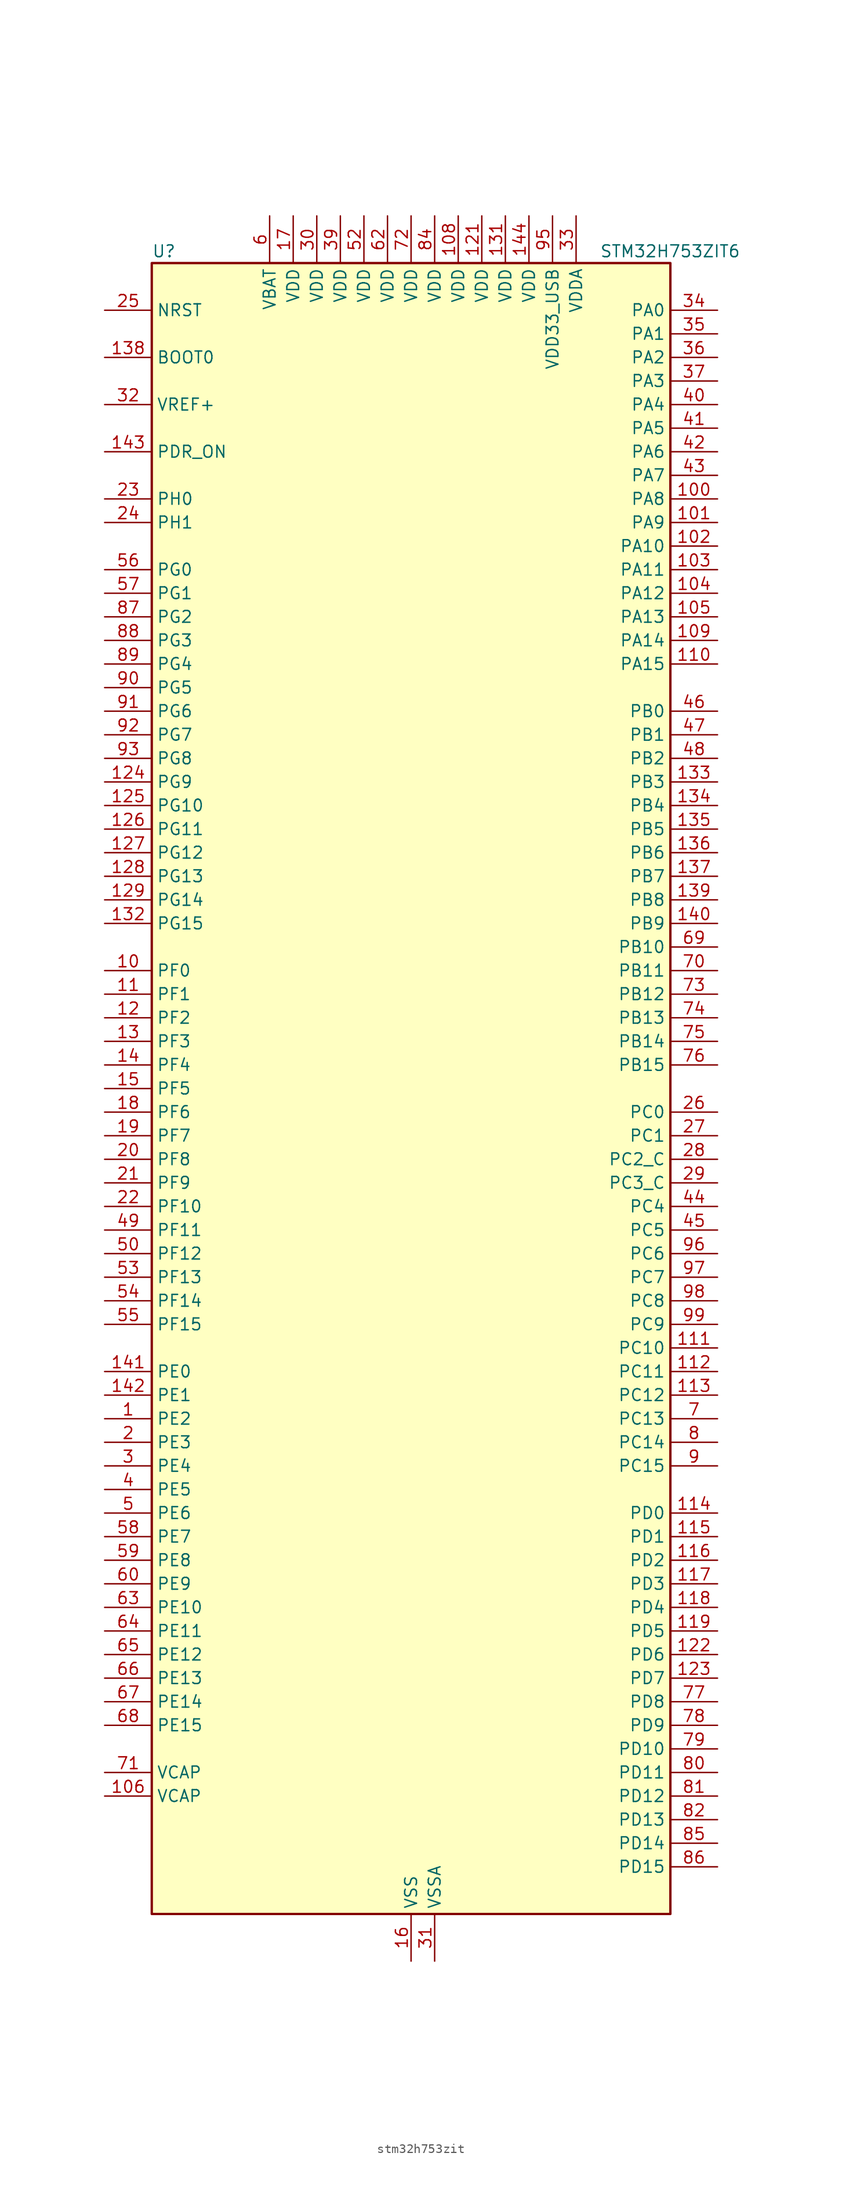
<source format=kicad_sym>
(kicad_symbol_lib
  (version 20241209)
  (generator "kicad_symbol_editor")
  (generator_version "9.0")
  (symbol "stm32h753zit"
    (property "Reference" "U"
      (at -27.94 90.17 0)
      (effects (font (size 1.27 1.27)) (justify left)))
    (property "Value" "STM32H753ZIT6"
      (at 20.32 90.17 0)
      (effects (font (size 1.27 1.27)) (justify left)))
    (symbol "stm32h753zit_0_1"
      (rectangle (start -27.94 -88.9) (end 27.94 88.9) (stroke (width 0.254) (type default)) (fill (type background))))
    (symbol "stm32h753zit_1_1"
      (pin input line (at -33.02 83.82 0) (length 5.08) (name "NRST" (effects (font (size 1.27 1.27)))) (number "25" (effects (font (size 1.27 1.27)))))
      (pin input line (at -33.02 78.74 0) (length 5.08) (name "BOOT0" (effects (font (size 1.27 1.27)))) (number "138" (effects (font (size 1.27 1.27)))))
      (pin input line (at -33.02 73.66 0) (length 5.08) (name "VREF+" (effects (font (size 1.27 1.27)))) (number "32" (effects (font (size 1.27 1.27)))) (alternate "VREFBUF_OUT" bidirectional line))
      (pin input line (at -33.02 68.58 0) (length 5.08) (name "PDR_ON" (effects (font (size 1.27 1.27)))) (number "143" (effects (font (size 1.27 1.27)))))
      (pin bidirectional line (at -33.02 63.5 0) (length 5.08) (name "PH0" (effects (font (size 1.27 1.27)))) (number "23" (effects (font (size 1.27 1.27)))) (alternate "RCC_OSC_IN" bidirectional line))
      (pin bidirectional line (at -33.02 60.96 0) (length 5.08) (name "PH1" (effects (font (size 1.27 1.27)))) (number "24" (effects (font (size 1.27 1.27)))) (alternate "RCC_OSC_OUT" bidirectional line))
      (pin bidirectional line (at -33.02 55.88 0) (length 5.08) (name "PG0" (effects (font (size 1.27 1.27)))) (number "56" (effects (font (size 1.27 1.27)))) (alternate "FMC_A10" bidirectional line))
      (pin bidirectional line (at -33.02 53.34 0) (length 5.08) (name "PG1" (effects (font (size 1.27 1.27)))) (number "57" (effects (font (size 1.27 1.27)))) (alternate "FMC_A11" bidirectional line) (alternate "OPAMP2_VINM" bidirectional line) (alternate "OPAMP2_VINM1" bidirectional line))
      (pin bidirectional line (at -33.02 50.8 0) (length 5.08) (name "PG2" (effects (font (size 1.27 1.27)))) (number "87" (effects (font (size 1.27 1.27)))) (alternate "FMC_A12" bidirectional line) (alternate "TIM8_BKIN" bidirectional line) (alternate "TIM8_BKIN_COMP1" bidirectional line) (alternate "TIM8_BKIN_COMP2" bidirectional line))
      (pin bidirectional line (at -33.02 48.26 0) (length 5.08) (name "PG3" (effects (font (size 1.27 1.27)))) (number "88" (effects (font (size 1.27 1.27)))) (alternate "FMC_A13" bidirectional line) (alternate "TIM8_BKIN2" bidirectional line) (alternate "TIM8_BKIN2_COMP1" bidirectional line) (alternate "TIM8_BKIN2_COMP2" bidirectional line))
      (pin bidirectional line (at -33.02 45.72 0) (length 5.08) (name "PG4" (effects (font (size 1.27 1.27)))) (number "89" (effects (font (size 1.27 1.27)))) (alternate "FMC_A14" bidirectional line) (alternate "FMC_BA0" bidirectional line) (alternate "TIM1_BKIN2" bidirectional line) (alternate "TIM1_BKIN2_COMP1" bidirectional line) (alternate "TIM1_BKIN2_COMP2" bidirectional line))
      (pin bidirectional line (at -33.02 43.18 0) (length 5.08) (name "PG5" (effects (font (size 1.27 1.27)))) (number "90" (effects (font (size 1.27 1.27)))) (alternate "FMC_A15" bidirectional line) (alternate "FMC_BA1" bidirectional line) (alternate "TIM1_ETR" bidirectional line))
      (pin bidirectional line (at -33.02 40.64 0) (length 5.08) (name "PG6" (effects (font (size 1.27 1.27)))) (number "91" (effects (font (size 1.27 1.27)))) (alternate "DCMI_D12" bidirectional line) (alternate "FMC_NE3" bidirectional line) (alternate "HRTIM_CHE1" bidirectional line) (alternate "LTDC_R7" bidirectional line) (alternate "QUADSPI_BK1_NCS" bidirectional line) (alternate "TIM17_BKIN" bidirectional line))
      (pin bidirectional line (at -33.02 38.1 0) (length 5.08) (name "PG7" (effects (font (size 1.27 1.27)))) (number "92" (effects (font (size 1.27 1.27)))) (alternate "DCMI_D13" bidirectional line) (alternate "FMC_INT" bidirectional line) (alternate "HRTIM_CHE2" bidirectional line) (alternate "LTDC_CLK" bidirectional line) (alternate "SAI1_MCLK_A" bidirectional line) (alternate "USART6_CK" bidirectional line))
      (pin bidirectional line (at -33.02 35.56 0) (length 5.08) (name "PG8" (effects (font (size 1.27 1.27)))) (number "93" (effects (font (size 1.27 1.27)))) (alternate "ETH_PPS_OUT" bidirectional line) (alternate "FMC_SDCLK" bidirectional line) (alternate "LTDC_G7" bidirectional line) (alternate "SPDIFRX1_IN2" bidirectional line) (alternate "SPI6_NSS" bidirectional line) (alternate "TIM8_ETR" bidirectional line) (alternate "USART6_DE" bidirectional line) (alternate "USART6_RTS" bidirectional line))
      (pin bidirectional line (at -33.02 33.02 0) (length 5.08) (name "PG9" (effects (font (size 1.27 1.27)))) (number "124" (effects (font (size 1.27 1.27)))) (alternate "DAC1_EXTI9" bidirectional line) (alternate "DCMI_VSYNC" bidirectional line) (alternate "FMC_NCE" bidirectional line) (alternate "FMC_NE2" bidirectional line) (alternate "I2S1_SDI" bidirectional line) (alternate "QUADSPI_BK2_IO2" bidirectional line) (alternate "SAI2_FS_B" bidirectional line) (alternate "SPDIFRX1_IN3" bidirectional line) (alternate "SPI1_MISO" bidirectional line) (alternate "USART6_RX" bidirectional line))
      (pin bidirectional line (at -33.02 30.48 0) (length 5.08) (name "PG10" (effects (font (size 1.27 1.27)))) (number "125" (effects (font (size 1.27 1.27)))) (alternate "DCMI_D2" bidirectional line) (alternate "FMC_NE3" bidirectional line) (alternate "HRTIM_FLT5" bidirectional line) (alternate "I2S1_WS" bidirectional line) (alternate "LTDC_B2" bidirectional line) (alternate "LTDC_G3" bidirectional line) (alternate "SAI2_SD_B" bidirectional line) (alternate "SPI1_NSS" bidirectional line))
      (pin bidirectional line (at -33.02 27.94 0) (length 5.08) (name "PG11" (effects (font (size 1.27 1.27)))) (number "126" (effects (font (size 1.27 1.27)))) (alternate "ADC1_EXTI11" bidirectional line) (alternate "ADC2_EXTI11" bidirectional line) (alternate "ADC3_EXTI11" bidirectional line) (alternate "DCMI_D3" bidirectional line) (alternate "ETH_TX_EN" bidirectional line) (alternate "HRTIM_EEV4" bidirectional line) (alternate "I2S1_CK" bidirectional line) (alternate "LPTIM1_IN2" bidirectional line) (alternate "LTDC_B3" bidirectional line) (alternate "SDMMC2_D2" bidirectional line) (alternate "SPDIFRX1_IN0" bidirectional line) (alternate "SPI1_SCK" bidirectional line))
      (pin bidirectional line (at -33.02 25.4 0) (length 5.08) (name "PG12" (effects (font (size 1.27 1.27)))) (number "127" (effects (font (size 1.27 1.27)))) (alternate "ETH_TXD1" bidirectional line) (alternate "FMC_NE4" bidirectional line) (alternate "HRTIM_EEV5" bidirectional line) (alternate "LPTIM1_IN1" bidirectional line) (alternate "LTDC_B1" bidirectional line) (alternate "LTDC_B4" bidirectional line) (alternate "SPDIFRX1_IN1" bidirectional line) (alternate "SPI6_MISO" bidirectional line) (alternate "USART6_DE" bidirectional line) (alternate "USART6_RTS" bidirectional line))
      (pin bidirectional line (at -33.02 22.86 0) (length 5.08) (name "PG13" (effects (font (size 1.27 1.27)))) (number "128" (effects (font (size 1.27 1.27)))) (alternate "DEBUG_TRACED0" bidirectional line) (alternate "ETH_TXD0" bidirectional line) (alternate "FMC_A24" bidirectional line) (alternate "HRTIM_EEV10" bidirectional line) (alternate "LPTIM1_OUT" bidirectional line) (alternate "LTDC_R0" bidirectional line) (alternate "SPI6_SCK" bidirectional line) (alternate "USART6_CTS" bidirectional line) (alternate "USART6_NSS" bidirectional line))
      (pin bidirectional line (at -33.02 20.32 0) (length 5.08) (name "PG14" (effects (font (size 1.27 1.27)))) (number "129" (effects (font (size 1.27 1.27)))) (alternate "DEBUG_TRACED1" bidirectional line) (alternate "ETH_TXD1" bidirectional line) (alternate "FMC_A25" bidirectional line) (alternate "LPTIM1_ETR" bidirectional line) (alternate "LTDC_B0" bidirectional line) (alternate "QUADSPI_BK2_IO3" bidirectional line) (alternate "SPI6_MOSI" bidirectional line) (alternate "USART6_TX" bidirectional line))
      (pin bidirectional line (at -33.02 17.78 0) (length 5.08) (name "PG15" (effects (font (size 1.27 1.27)))) (number "132" (effects (font (size 1.27 1.27)))) (alternate "ADC1_EXTI15" bidirectional line) (alternate "ADC2_EXTI15" bidirectional line) (alternate "ADC3_EXTI15" bidirectional line) (alternate "DCMI_D13" bidirectional line) (alternate "FMC_SDNCAS" bidirectional line) (alternate "USART6_CTS" bidirectional line) (alternate "USART6_NSS" bidirectional line))
      (pin bidirectional line (at -33.02 12.7 0) (length 5.08) (name "PF0" (effects (font (size 1.27 1.27)))) (number "10" (effects (font (size 1.27 1.27)))) (alternate "FMC_A0" bidirectional line) (alternate "I2C2_SDA" bidirectional line))
      (pin bidirectional line (at -33.02 10.16 0) (length 5.08) (name "PF1" (effects (font (size 1.27 1.27)))) (number "11" (effects (font (size 1.27 1.27)))) (alternate "FMC_A1" bidirectional line) (alternate "I2C2_SCL" bidirectional line))
      (pin bidirectional line (at -33.02 7.62 0) (length 5.08) (name "PF2" (effects (font (size 1.27 1.27)))) (number "12" (effects (font (size 1.27 1.27)))) (alternate "FMC_A2" bidirectional line) (alternate "I2C2_SMBA" bidirectional line))
      (pin bidirectional line (at -33.02 5.08 0) (length 5.08) (name "PF3" (effects (font (size 1.27 1.27)))) (number "13" (effects (font (size 1.27 1.27)))) (alternate "ADC3_INP5" bidirectional line) (alternate "FMC_A3" bidirectional line))
      (pin bidirectional line (at -33.02 2.54 0) (length 5.08) (name "PF4" (effects (font (size 1.27 1.27)))) (number "14" (effects (font (size 1.27 1.27)))) (alternate "ADC3_INN5" bidirectional line) (alternate "ADC3_INP9" bidirectional line) (alternate "FMC_A4" bidirectional line))
      (pin bidirectional line (at -33.02 0 0) (length 5.08) (name "PF5" (effects (font (size 1.27 1.27)))) (number "15" (effects (font (size 1.27 1.27)))) (alternate "ADC3_INP4" bidirectional line) (alternate "FMC_A5" bidirectional line))
      (pin bidirectional line (at -33.02 -2.54 0) (length 5.08) (name "PF6" (effects (font (size 1.27 1.27)))) (number "18" (effects (font (size 1.27 1.27)))) (alternate "ADC3_INN4" bidirectional line) (alternate "ADC3_INP8" bidirectional line) (alternate "QUADSPI_BK1_IO3" bidirectional line) (alternate "SAI1_SD_B" bidirectional line) (alternate "SAI4_SD_B" bidirectional line) (alternate "SPI5_NSS" bidirectional line) (alternate "TIM16_CH1" bidirectional line) (alternate "UART7_RX" bidirectional line))
      (pin bidirectional line (at -33.02 -5.08 0) (length 5.08) (name "PF7" (effects (font (size 1.27 1.27)))) (number "19" (effects (font (size 1.27 1.27)))) (alternate "ADC3_INP3" bidirectional line) (alternate "QUADSPI_BK1_IO2" bidirectional line) (alternate "SAI1_MCLK_B" bidirectional line) (alternate "SAI4_MCLK_B" bidirectional line) (alternate "SPI5_SCK" bidirectional line) (alternate "TIM17_CH1" bidirectional line) (alternate "UART7_TX" bidirectional line))
      (pin bidirectional line (at -33.02 -7.62 0) (length 5.08) (name "PF8" (effects (font (size 1.27 1.27)))) (number "20" (effects (font (size 1.27 1.27)))) (alternate "ADC3_INN3" bidirectional line) (alternate "ADC3_INP7" bidirectional line) (alternate "QUADSPI_BK1_IO0" bidirectional line) (alternate "SAI1_SCK_B" bidirectional line) (alternate "SAI4_SCK_B" bidirectional line) (alternate "SPI5_MISO" bidirectional line) (alternate "TIM13_CH1" bidirectional line) (alternate "TIM16_CH1N" bidirectional line) (alternate "UART7_DE" bidirectional line) (alternate "UART7_RTS" bidirectional line))
      (pin bidirectional line (at -33.02 -10.16 0) (length 5.08) (name "PF9" (effects (font (size 1.27 1.27)))) (number "21" (effects (font (size 1.27 1.27)))) (alternate "ADC3_INP2" bidirectional line) (alternate "DAC1_EXTI9" bidirectional line) (alternate "QUADSPI_BK1_IO1" bidirectional line) (alternate "SAI1_FS_B" bidirectional line) (alternate "SAI4_FS_B" bidirectional line) (alternate "SPI5_MOSI" bidirectional line) (alternate "TIM14_CH1" bidirectional line) (alternate "TIM17_CH1N" bidirectional line) (alternate "UART7_CTS" bidirectional line))
      (pin bidirectional line (at -33.02 -12.7 0) (length 5.08) (name "PF10" (effects (font (size 1.27 1.27)))) (number "22" (effects (font (size 1.27 1.27)))) (alternate "ADC3_INN2" bidirectional line) (alternate "ADC3_INP6" bidirectional line) (alternate "DCMI_D11" bidirectional line) (alternate "LTDC_DE" bidirectional line) (alternate "QUADSPI_CLK" bidirectional line) (alternate "SAI1_D3" bidirectional line) (alternate "SAI4_D3" bidirectional line) (alternate "TIM16_BKIN" bidirectional line))
      (pin bidirectional line (at -33.02 -15.24 0) (length 5.08) (name "PF11" (effects (font (size 1.27 1.27)))) (number "49" (effects (font (size 1.27 1.27)))) (alternate "ADC1_EXTI11" bidirectional line) (alternate "ADC1_INP2" bidirectional line) (alternate "ADC2_EXTI11" bidirectional line) (alternate "ADC3_EXTI11" bidirectional line) (alternate "DCMI_D12" bidirectional line) (alternate "FMC_SDNRAS" bidirectional line) (alternate "SAI2_SD_B" bidirectional line) (alternate "SPI5_MOSI" bidirectional line))
      (pin bidirectional line (at -33.02 -17.78 0) (length 5.08) (name "PF12" (effects (font (size 1.27 1.27)))) (number "50" (effects (font (size 1.27 1.27)))) (alternate "ADC1_INN2" bidirectional line) (alternate "ADC1_INP6" bidirectional line) (alternate "FMC_A6" bidirectional line))
      (pin bidirectional line (at -33.02 -20.32 0) (length 5.08) (name "PF13" (effects (font (size 1.27 1.27)))) (number "53" (effects (font (size 1.27 1.27)))) (alternate "ADC2_INP2" bidirectional line) (alternate "DFSDM1_DATIN6" bidirectional line) (alternate "FMC_A7" bidirectional line) (alternate "I2C4_SMBA" bidirectional line))
      (pin bidirectional line (at -33.02 -22.86 0) (length 5.08) (name "PF14" (effects (font (size 1.27 1.27)))) (number "54" (effects (font (size 1.27 1.27)))) (alternate "ADC2_INN2" bidirectional line) (alternate "ADC2_INP6" bidirectional line) (alternate "DFSDM1_CKIN6" bidirectional line) (alternate "FMC_A8" bidirectional line) (alternate "I2C4_SCL" bidirectional line))
      (pin bidirectional line (at -33.02 -25.4 0) (length 5.08) (name "PF15" (effects (font (size 1.27 1.27)))) (number "55" (effects (font (size 1.27 1.27)))) (alternate "ADC1_EXTI15" bidirectional line) (alternate "ADC2_EXTI15" bidirectional line) (alternate "ADC3_EXTI15" bidirectional line) (alternate "FMC_A9" bidirectional line) (alternate "I2C4_SDA" bidirectional line))
      (pin bidirectional line (at -33.02 -30.48 0) (length 5.08) (name "PE0" (effects (font (size 1.27 1.27)))) (number "141" (effects (font (size 1.27 1.27)))) (alternate "DCMI_D2" bidirectional line) (alternate "FMC_NBL0" bidirectional line) (alternate "HRTIM_SCIN" bidirectional line) (alternate "LPTIM1_ETR" bidirectional line) (alternate "LPTIM2_ETR" bidirectional line) (alternate "SAI2_MCLK_A" bidirectional line) (alternate "TIM4_ETR" bidirectional line) (alternate "UART8_RX" bidirectional line))
      (pin bidirectional line (at -33.02 -33.02 0) (length 5.08) (name "PE1" (effects (font (size 1.27 1.27)))) (number "142" (effects (font (size 1.27 1.27)))) (alternate "DCMI_D3" bidirectional line) (alternate "FMC_NBL1" bidirectional line) (alternate "HRTIM_SCOUT" bidirectional line) (alternate "LPTIM1_IN2" bidirectional line) (alternate "UART8_TX" bidirectional line))
      (pin bidirectional line (at -33.02 -35.56 0) (length 5.08) (name "PE2" (effects (font (size 1.27 1.27)))) (number "1" (effects (font (size 1.27 1.27)))) (alternate "DEBUG_TRACECLK" bidirectional line) (alternate "ETH_TXD3" bidirectional line) (alternate "FMC_A23" bidirectional line) (alternate "QUADSPI_BK1_IO2" bidirectional line) (alternate "SAI1_CK1" bidirectional line) (alternate "SAI1_MCLK_A" bidirectional line) (alternate "SAI4_CK1" bidirectional line) (alternate "SAI4_MCLK_A" bidirectional line) (alternate "SPI4_SCK" bidirectional line))
      (pin bidirectional line (at -33.02 -38.1 0) (length 5.08) (name "PE3" (effects (font (size 1.27 1.27)))) (number "2" (effects (font (size 1.27 1.27)))) (alternate "DEBUG_TRACED0" bidirectional line) (alternate "FMC_A19" bidirectional line) (alternate "SAI1_SD_B" bidirectional line) (alternate "SAI4_SD_B" bidirectional line) (alternate "TIM15_BKIN" bidirectional line))
      (pin bidirectional line (at -33.02 -40.64 0) (length 5.08) (name "PE4" (effects (font (size 1.27 1.27)))) (number "3" (effects (font (size 1.27 1.27)))) (alternate "DCMI_D4" bidirectional line) (alternate "DEBUG_TRACED1" bidirectional line) (alternate "DFSDM1_DATIN3" bidirectional line) (alternate "FMC_A20" bidirectional line) (alternate "LTDC_B0" bidirectional line) (alternate "SAI1_D2" bidirectional line) (alternate "SAI1_FS_A" bidirectional line) (alternate "SAI4_D2" bidirectional line) (alternate "SAI4_FS_A" bidirectional line) (alternate "SPI4_NSS" bidirectional line) (alternate "TIM15_CH1N" bidirectional line))
      (pin bidirectional line (at -33.02 -43.18 0) (length 5.08) (name "PE5" (effects (font (size 1.27 1.27)))) (number "4" (effects (font (size 1.27 1.27)))) (alternate "DCMI_D6" bidirectional line) (alternate "DEBUG_TRACED2" bidirectional line) (alternate "DFSDM1_CKIN3" bidirectional line) (alternate "FMC_A21" bidirectional line) (alternate "LTDC_G0" bidirectional line) (alternate "SAI1_CK2" bidirectional line) (alternate "SAI1_SCK_A" bidirectional line) (alternate "SAI4_CK2" bidirectional line) (alternate "SAI4_SCK_A" bidirectional line) (alternate "SPI4_MISO" bidirectional line) (alternate "TIM15_CH1" bidirectional line))
      (pin bidirectional line (at -33.02 -45.72 0) (length 5.08) (name "PE6" (effects (font (size 1.27 1.27)))) (number "5" (effects (font (size 1.27 1.27)))) (alternate "DCMI_D7" bidirectional line) (alternate "DEBUG_TRACED3" bidirectional line) (alternate "FMC_A22" bidirectional line) (alternate "LTDC_G1" bidirectional line) (alternate "SAI1_D1" bidirectional line) (alternate "SAI1_SD_A" bidirectional line) (alternate "SAI2_MCLK_B" bidirectional line) (alternate "SAI4_D1" bidirectional line) (alternate "SAI4_SD_A" bidirectional line) (alternate "SPI4_MOSI" bidirectional line) (alternate "TIM15_CH2" bidirectional line) (alternate "TIM1_BKIN2" bidirectional line) (alternate "TIM1_BKIN2_COMP1" bidirectional line) (alternate "TIM1_BKIN2_COMP2" bidirectional line))
      (pin bidirectional line (at -33.02 -48.26 0) (length 5.08) (name "PE7" (effects (font (size 1.27 1.27)))) (number "58" (effects (font (size 1.27 1.27)))) (alternate "COMP2_INM" bidirectional line) (alternate "DFSDM1_DATIN2" bidirectional line) (alternate "FMC_D4" bidirectional line) (alternate "FMC_DA4" bidirectional line) (alternate "OPAMP2_VOUT" bidirectional line) (alternate "QUADSPI_BK2_IO0" bidirectional line) (alternate "TIM1_ETR" bidirectional line) (alternate "UART7_RX" bidirectional line))
      (pin bidirectional line (at -33.02 -50.8 0) (length 5.08) (name "PE8" (effects (font (size 1.27 1.27)))) (number "59" (effects (font (size 1.27 1.27)))) (alternate "COMP2_OUT" bidirectional line) (alternate "DFSDM1_CKIN2" bidirectional line) (alternate "FMC_D5" bidirectional line) (alternate "FMC_DA5" bidirectional line) (alternate "OPAMP2_VINM" bidirectional line) (alternate "OPAMP2_VINM0" bidirectional line) (alternate "QUADSPI_BK2_IO1" bidirectional line) (alternate "TIM1_CH1N" bidirectional line) (alternate "UART7_TX" bidirectional line))
      (pin bidirectional line (at -33.02 -53.34 0) (length 5.08) (name "PE9" (effects (font (size 1.27 1.27)))) (number "60" (effects (font (size 1.27 1.27)))) (alternate "COMP2_INP" bidirectional line) (alternate "DAC1_EXTI9" bidirectional line) (alternate "DFSDM1_CKOUT" bidirectional line) (alternate "FMC_D6" bidirectional line) (alternate "FMC_DA6" bidirectional line) (alternate "OPAMP2_VINP" bidirectional line) (alternate "QUADSPI_BK2_IO2" bidirectional line) (alternate "TIM1_CH1" bidirectional line) (alternate "UART7_DE" bidirectional line) (alternate "UART7_RTS" bidirectional line))
      (pin bidirectional line (at -33.02 -55.88 0) (length 5.08) (name "PE10" (effects (font (size 1.27 1.27)))) (number "63" (effects (font (size 1.27 1.27)))) (alternate "COMP2_INM" bidirectional line) (alternate "DFSDM1_DATIN4" bidirectional line) (alternate "FMC_D7" bidirectional line) (alternate "FMC_DA7" bidirectional line) (alternate "QUADSPI_BK2_IO3" bidirectional line) (alternate "TIM1_CH2N" bidirectional line) (alternate "UART7_CTS" bidirectional line))
      (pin bidirectional line (at -33.02 -58.42 0) (length 5.08) (name "PE11" (effects (font (size 1.27 1.27)))) (number "64" (effects (font (size 1.27 1.27)))) (alternate "ADC1_EXTI11" bidirectional line) (alternate "ADC2_EXTI11" bidirectional line) (alternate "ADC3_EXTI11" bidirectional line) (alternate "COMP2_INP" bidirectional line) (alternate "DFSDM1_CKIN4" bidirectional line) (alternate "FMC_D8" bidirectional line) (alternate "FMC_DA8" bidirectional line) (alternate "LTDC_G3" bidirectional line) (alternate "SAI2_SD_B" bidirectional line) (alternate "SPI4_NSS" bidirectional line) (alternate "TIM1_CH2" bidirectional line))
      (pin bidirectional line (at -33.02 -60.96 0) (length 5.08) (name "PE12" (effects (font (size 1.27 1.27)))) (number "65" (effects (font (size 1.27 1.27)))) (alternate "COMP1_OUT" bidirectional line) (alternate "DFSDM1_DATIN5" bidirectional line) (alternate "FMC_D9" bidirectional line) (alternate "FMC_DA9" bidirectional line) (alternate "LTDC_B4" bidirectional line) (alternate "SAI2_SCK_B" bidirectional line) (alternate "SPI4_SCK" bidirectional line) (alternate "TIM1_CH3N" bidirectional line))
      (pin bidirectional line (at -33.02 -63.5 0) (length 5.08) (name "PE13" (effects (font (size 1.27 1.27)))) (number "66" (effects (font (size 1.27 1.27)))) (alternate "COMP2_OUT" bidirectional line) (alternate "DFSDM1_CKIN5" bidirectional line) (alternate "FMC_D10" bidirectional line) (alternate "FMC_DA10" bidirectional line) (alternate "LTDC_DE" bidirectional line) (alternate "SAI2_FS_B" bidirectional line) (alternate "SPI4_MISO" bidirectional line) (alternate "TIM1_CH3" bidirectional line))
      (pin bidirectional line (at -33.02 -66.04 0) (length 5.08) (name "PE14" (effects (font (size 1.27 1.27)))) (number "67" (effects (font (size 1.27 1.27)))) (alternate "FMC_D11" bidirectional line) (alternate "FMC_DA11" bidirectional line) (alternate "LTDC_CLK" bidirectional line) (alternate "SAI2_MCLK_B" bidirectional line) (alternate "SPI4_MOSI" bidirectional line) (alternate "TIM1_CH4" bidirectional line))
      (pin bidirectional line (at -33.02 -68.58 0) (length 5.08) (name "PE15" (effects (font (size 1.27 1.27)))) (number "68" (effects (font (size 1.27 1.27)))) (alternate "ADC1_EXTI15" bidirectional line) (alternate "ADC2_EXTI15" bidirectional line) (alternate "ADC3_EXTI15" bidirectional line) (alternate "FMC_D12" bidirectional line) (alternate "FMC_DA12" bidirectional line) (alternate "LTDC_R7" bidirectional line) (alternate "TIM1_BKIN" bidirectional line) (alternate "TIM1_BKIN_COMP1" bidirectional line) (alternate "TIM1_BKIN_COMP2" bidirectional line))
      (pin power_out line (at -33.02 -73.66 0) (length 5.08) (name "VCAP" (effects (font (size 1.27 1.27)))) (number "71" (effects (font (size 1.27 1.27)))))
      (pin power_out line (at -33.02 -76.2 0) (length 5.08) (name "VCAP" (effects (font (size 1.27 1.27)))) (number "106" (effects (font (size 1.27 1.27)))))
      (pin power_in line (at -15.24 93.98 270) (length 5.08) (name "VBAT" (effects (font (size 1.27 1.27)))) (number "6" (effects (font (size 1.27 1.27)))))
      (pin power_in line (at -12.7 93.98 270) (length 5.08) (name "VDD" (effects (font (size 1.27 1.27)))) (number "17" (effects (font (size 1.27 1.27)))))
      (pin power_in line (at -10.16 93.98 270) (length 5.08) (name "VDD" (effects (font (size 1.27 1.27)))) (number "30" (effects (font (size 1.27 1.27)))))
      (pin power_in line (at -7.62 93.98 270) (length 5.08) (name "VDD" (effects (font (size 1.27 1.27)))) (number "39" (effects (font (size 1.27 1.27)))))
      (pin power_in line (at -5.08 93.98 270) (length 5.08) (name "VDD" (effects (font (size 1.27 1.27)))) (number "52" (effects (font (size 1.27 1.27)))))
      (pin power_in line (at -2.54 93.98 270) (length 5.08) (name "VDD" (effects (font (size 1.27 1.27)))) (number "62" (effects (font (size 1.27 1.27)))))
      (pin power_in line (at 0 93.98 270) (length 5.08) (name "VDD" (effects (font (size 1.27 1.27)))) (number "72" (effects (font (size 1.27 1.27)))))
      (pin passive line (at 0 -93.98 90) (length 5.08) (hide yes) (name "VSS" (effects (font (size 1.27 1.27)))) (number "107" (effects (font (size 1.27 1.27)))))
      (pin passive line (at 0 -93.98 90) (length 5.08) (hide yes) (name "VSS" (effects (font (size 1.27 1.27)))) (number "120" (effects (font (size 1.27 1.27)))))
      (pin passive line (at 0 -93.98 90) (length 5.08) (hide yes) (name "VSS" (effects (font (size 1.27 1.27)))) (number "130" (effects (font (size 1.27 1.27)))))
      (pin power_in line (at 0 -93.98 90) (length 5.08) (name "VSS" (effects (font (size 1.27 1.27)))) (number "16" (effects (font (size 1.27 1.27)))))
      (pin passive line (at 0 -93.98 90) (length 5.08) (hide yes) (name "VSS" (effects (font (size 1.27 1.27)))) (number "38" (effects (font (size 1.27 1.27)))))
      (pin passive line (at 0 -93.98 90) (length 5.08) (hide yes) (name "VSS" (effects (font (size 1.27 1.27)))) (number "51" (effects (font (size 1.27 1.27)))))
      (pin passive line (at 0 -93.98 90) (length 5.08) (hide yes) (name "VSS" (effects (font (size 1.27 1.27)))) (number "61" (effects (font (size 1.27 1.27)))))
      (pin passive line (at 0 -93.98 90) (length 5.08) (hide yes) (name "VSS" (effects (font (size 1.27 1.27)))) (number "83" (effects (font (size 1.27 1.27)))))
      (pin passive line (at 0 -93.98 90) (length 5.08) (hide yes) (name "VSS" (effects (font (size 1.27 1.27)))) (number "94" (effects (font (size 1.27 1.27)))))
      (pin power_in line (at 2.54 93.98 270) (length 5.08) (name "VDD" (effects (font (size 1.27 1.27)))) (number "84" (effects (font (size 1.27 1.27)))))
      (pin power_in line (at 2.54 -93.98 90) (length 5.08) (name "VSSA" (effects (font (size 1.27 1.27)))) (number "31" (effects (font (size 1.27 1.27)))))
      (pin power_in line (at 5.08 93.98 270) (length 5.08) (name "VDD" (effects (font (size 1.27 1.27)))) (number "108" (effects (font (size 1.27 1.27)))))
      (pin power_in line (at 7.62 93.98 270) (length 5.08) (name "VDD" (effects (font (size 1.27 1.27)))) (number "121" (effects (font (size 1.27 1.27)))))
      (pin power_in line (at 10.16 93.98 270) (length 5.08) (name "VDD" (effects (font (size 1.27 1.27)))) (number "131" (effects (font (size 1.27 1.27)))))
      (pin power_in line (at 12.7 93.98 270) (length 5.08) (name "VDD" (effects (font (size 1.27 1.27)))) (number "144" (effects (font (size 1.27 1.27)))))
      (pin power_in line (at 15.24 93.98 270) (length 5.08) (name "VDD33_USB" (effects (font (size 1.27 1.27)))) (number "95" (effects (font (size 1.27 1.27)))))
      (pin power_in line (at 17.78 93.98 270) (length 5.08) (name "VDDA" (effects (font (size 1.27 1.27)))) (number "33" (effects (font (size 1.27 1.27)))))
      (pin bidirectional line (at 33.02 83.82 180) (length 5.08) (name "PA0" (effects (font (size 1.27 1.27)))) (number "34" (effects (font (size 1.27 1.27)))) (alternate "ADC1_INP16" bidirectional line) (alternate "ETH_CRS" bidirectional line) (alternate "PWR_WKUP1" bidirectional line) (alternate "SAI2_SD_B" bidirectional line) (alternate "SDMMC2_CMD" bidirectional line) (alternate "TIM15_BKIN" bidirectional line) (alternate "TIM2_CH1" bidirectional line) (alternate "TIM2_ETR" bidirectional line) (alternate "TIM5_CH1" bidirectional line) (alternate "TIM8_ETR" bidirectional line) (alternate "UART4_TX" bidirectional line) (alternate "USART2_CTS" bidirectional line) (alternate "USART2_NSS" bidirectional line))
      (pin bidirectional line (at 33.02 81.28 180) (length 5.08) (name "PA1" (effects (font (size 1.27 1.27)))) (number "35" (effects (font (size 1.27 1.27)))) (alternate "ADC1_INN16" bidirectional line) (alternate "ADC1_INP17" bidirectional line) (alternate "ETH_REF_CLK" bidirectional line) (alternate "ETH_RX_CLK" bidirectional line) (alternate "LPTIM3_OUT" bidirectional line) (alternate "LTDC_R2" bidirectional line) (alternate "QUADSPI_BK1_IO3" bidirectional line) (alternate "SAI2_MCLK_B" bidirectional line) (alternate "TIM15_CH1N" bidirectional line) (alternate "TIM2_CH2" bidirectional line) (alternate "TIM5_CH2" bidirectional line) (alternate "UART4_RX" bidirectional line) (alternate "USART2_DE" bidirectional line) (alternate "USART2_RTS" bidirectional line))
      (pin bidirectional line (at 33.02 78.74 180) (length 5.08) (name "PA2" (effects (font (size 1.27 1.27)))) (number "36" (effects (font (size 1.27 1.27)))) (alternate "ADC1_INP14" bidirectional line) (alternate "ADC2_INP14" bidirectional line) (alternate "ETH_MDIO" bidirectional line) (alternate "LPTIM4_OUT" bidirectional line) (alternate "LTDC_R1" bidirectional line) (alternate "MDIOS_MDIO" bidirectional line) (alternate "PWR_WKUP2" bidirectional line) (alternate "SAI2_SCK_B" bidirectional line) (alternate "TIM15_CH1" bidirectional line) (alternate "TIM2_CH3" bidirectional line) (alternate "TIM5_CH3" bidirectional line) (alternate "USART2_TX" bidirectional line))
      (pin bidirectional line (at 33.02 76.2 180) (length 5.08) (name "PA3" (effects (font (size 1.27 1.27)))) (number "37" (effects (font (size 1.27 1.27)))) (alternate "ADC1_INP15" bidirectional line) (alternate "ADC2_INP15" bidirectional line) (alternate "ETH_COL" bidirectional line) (alternate "LPTIM5_OUT" bidirectional line) (alternate "LTDC_B2" bidirectional line) (alternate "LTDC_B5" bidirectional line) (alternate "TIM15_CH2" bidirectional line) (alternate "TIM2_CH4" bidirectional line) (alternate "TIM5_CH4" bidirectional line) (alternate "USART2_RX" bidirectional line) (alternate "USB_OTG_HS_ULPI_D0" bidirectional line))
      (pin bidirectional line (at 33.02 73.66 180) (length 5.08) (name "PA4" (effects (font (size 1.27 1.27)))) (number "40" (effects (font (size 1.27 1.27)))) (alternate "ADC1_INP18" bidirectional line) (alternate "ADC2_INP18" bidirectional line) (alternate "DAC1_OUT1" bidirectional line) (alternate "DCMI_HSYNC" bidirectional line) (alternate "I2S1_WS" bidirectional line) (alternate "I2S3_WS" bidirectional line) (alternate "LTDC_VSYNC" bidirectional line) (alternate "SPI1_NSS" bidirectional line) (alternate "SPI3_NSS" bidirectional line) (alternate "SPI6_NSS" bidirectional line) (alternate "TIM5_ETR" bidirectional line) (alternate "USART2_CK" bidirectional line) (alternate "USB_OTG_HS_SOF" bidirectional line))
      (pin bidirectional line (at 33.02 71.12 180) (length 5.08) (name "PA5" (effects (font (size 1.27 1.27)))) (number "41" (effects (font (size 1.27 1.27)))) (alternate "ADC1_INN18" bidirectional line) (alternate "ADC1_INP19" bidirectional line) (alternate "ADC2_INN18" bidirectional line) (alternate "ADC2_INP19" bidirectional line) (alternate "DAC1_OUT2" bidirectional line) (alternate "I2S1_CK" bidirectional line) (alternate "LTDC_R4" bidirectional line) (alternate "PWR_NDSTOP2" bidirectional line) (alternate "SPI1_SCK" bidirectional line) (alternate "SPI6_SCK" bidirectional line) (alternate "TIM2_CH1" bidirectional line) (alternate "TIM2_ETR" bidirectional line) (alternate "TIM8_CH1N" bidirectional line) (alternate "USB_OTG_HS_ULPI_CK" bidirectional line))
      (pin bidirectional line (at 33.02 68.58 180) (length 5.08) (name "PA6" (effects (font (size 1.27 1.27)))) (number "42" (effects (font (size 1.27 1.27)))) (alternate "ADC1_INP3" bidirectional line) (alternate "ADC2_INP3" bidirectional line) (alternate "DCMI_PIXCLK" bidirectional line) (alternate "I2S1_SDI" bidirectional line) (alternate "LTDC_G2" bidirectional line) (alternate "MDIOS_MDC" bidirectional line) (alternate "SPI1_MISO" bidirectional line) (alternate "SPI6_MISO" bidirectional line) (alternate "TIM13_CH1" bidirectional line) (alternate "TIM1_BKIN" bidirectional line) (alternate "TIM1_BKIN_COMP1" bidirectional line) (alternate "TIM1_BKIN_COMP2" bidirectional line) (alternate "TIM3_CH1" bidirectional line) (alternate "TIM8_BKIN" bidirectional line) (alternate "TIM8_BKIN_COMP1" bidirectional line) (alternate "TIM8_BKIN_COMP2" bidirectional line))
      (pin bidirectional line (at 33.02 66.04 180) (length 5.08) (name "PA7" (effects (font (size 1.27 1.27)))) (number "43" (effects (font (size 1.27 1.27)))) (alternate "ADC1_INN3" bidirectional line) (alternate "ADC1_INP7" bidirectional line) (alternate "ADC2_INN3" bidirectional line) (alternate "ADC2_INP7" bidirectional line) (alternate "ETH_CRS_DV" bidirectional line) (alternate "ETH_RX_DV" bidirectional line) (alternate "FMC_SDNWE" bidirectional line) (alternate "I2S1_SDO" bidirectional line) (alternate "OPAMP1_VINM" bidirectional line) (alternate "OPAMP1_VINM1" bidirectional line) (alternate "SPI1_MOSI" bidirectional line) (alternate "SPI6_MOSI" bidirectional line) (alternate "TIM14_CH1" bidirectional line) (alternate "TIM1_CH1N" bidirectional line) (alternate "TIM3_CH2" bidirectional line) (alternate "TIM8_CH1N" bidirectional line))
      (pin bidirectional line (at 33.02 63.5 180) (length 5.08) (name "PA8" (effects (font (size 1.27 1.27)))) (number "100" (effects (font (size 1.27 1.27)))) (alternate "HRTIM_CHB2" bidirectional line) (alternate "I2C3_SCL" bidirectional line) (alternate "LTDC_B3" bidirectional line) (alternate "LTDC_R6" bidirectional line) (alternate "RCC_MCO_1" bidirectional line) (alternate "TIM1_CH1" bidirectional line) (alternate "TIM8_BKIN2" bidirectional line) (alternate "TIM8_BKIN2_COMP1" bidirectional line) (alternate "TIM8_BKIN2_COMP2" bidirectional line) (alternate "UART7_RX" bidirectional line) (alternate "USART1_CK" bidirectional line) (alternate "USB_OTG_FS_SOF" bidirectional line))
      (pin bidirectional line (at 33.02 60.96 180) (length 5.08) (name "PA9" (effects (font (size 1.27 1.27)))) (number "101" (effects (font (size 1.27 1.27)))) (alternate "DAC1_EXTI9" bidirectional line) (alternate "DCMI_D0" bidirectional line) (alternate "ETH_TX_ER" bidirectional line) (alternate "HRTIM_CHC1" bidirectional line) (alternate "I2C3_SMBA" bidirectional line) (alternate "I2S2_CK" bidirectional line) (alternate "LPUART1_TX" bidirectional line) (alternate "LTDC_R5" bidirectional line) (alternate "SPI2_SCK" bidirectional line) (alternate "TIM1_CH2" bidirectional line) (alternate "USART1_TX" bidirectional line) (alternate "USB_OTG_FS_VBUS" bidirectional line))
      (pin bidirectional line (at 33.02 58.42 180) (length 5.08) (name "PA10" (effects (font (size 1.27 1.27)))) (number "102" (effects (font (size 1.27 1.27)))) (alternate "DCMI_D1" bidirectional line) (alternate "HRTIM_CHC2" bidirectional line) (alternate "LPUART1_RX" bidirectional line) (alternate "LTDC_B1" bidirectional line) (alternate "LTDC_B4" bidirectional line) (alternate "MDIOS_MDIO" bidirectional line) (alternate "TIM1_CH3" bidirectional line) (alternate "USART1_RX" bidirectional line) (alternate "USB_OTG_FS_ID" bidirectional line))
      (pin bidirectional line (at 33.02 55.88 180) (length 5.08) (name "PA11" (effects (font (size 1.27 1.27)))) (number "103" (effects (font (size 1.27 1.27)))) (alternate "ADC1_EXTI11" bidirectional line) (alternate "ADC2_EXTI11" bidirectional line) (alternate "ADC3_EXTI11" bidirectional line) (alternate "FDCAN1_RX" bidirectional line) (alternate "HRTIM_CHD1" bidirectional line) (alternate "I2S2_WS" bidirectional line) (alternate "LPUART1_CTS" bidirectional line) (alternate "LTDC_R4" bidirectional line) (alternate "SPI2_NSS" bidirectional line) (alternate "TIM1_CH4" bidirectional line) (alternate "UART4_RX" bidirectional line) (alternate "USART1_CTS" bidirectional line) (alternate "USART1_NSS" bidirectional line) (alternate "USB_OTG_FS_DM" bidirectional line))
      (pin bidirectional line (at 33.02 53.34 180) (length 5.08) (name "PA12" (effects (font (size 1.27 1.27)))) (number "104" (effects (font (size 1.27 1.27)))) (alternate "FDCAN1_TX" bidirectional line) (alternate "HRTIM_CHD2" bidirectional line) (alternate "I2S2_CK" bidirectional line) (alternate "LPUART1_DE" bidirectional line) (alternate "LPUART1_RTS" bidirectional line) (alternate "LTDC_R5" bidirectional line) (alternate "SAI2_FS_B" bidirectional line) (alternate "SPI2_SCK" bidirectional line) (alternate "TIM1_ETR" bidirectional line) (alternate "UART4_TX" bidirectional line) (alternate "USART1_DE" bidirectional line) (alternate "USART1_RTS" bidirectional line) (alternate "USB_OTG_FS_DP" bidirectional line))
      (pin bidirectional line (at 33.02 50.8 180) (length 5.08) (name "PA13" (effects (font (size 1.27 1.27)))) (number "105" (effects (font (size 1.27 1.27)))) (alternate "DEBUG_JTMS-SWDIO" bidirectional line))
      (pin bidirectional line (at 33.02 48.26 180) (length 5.08) (name "PA14" (effects (font (size 1.27 1.27)))) (number "109" (effects (font (size 1.27 1.27)))) (alternate "DEBUG_JTCK-SWCLK" bidirectional line))
      (pin bidirectional line (at 33.02 45.72 180) (length 5.08) (name "PA15" (effects (font (size 1.27 1.27)))) (number "110" (effects (font (size 1.27 1.27)))) (alternate "ADC1_EXTI15" bidirectional line) (alternate "ADC2_EXTI15" bidirectional line) (alternate "ADC3_EXTI15" bidirectional line) (alternate "CEC" bidirectional line) (alternate "DEBUG_JTDI" bidirectional line) (alternate "HRTIM_FLT1" bidirectional line) (alternate "I2S1_WS" bidirectional line) (alternate "I2S3_WS" bidirectional line) (alternate "SPI1_NSS" bidirectional line) (alternate "SPI3_NSS" bidirectional line) (alternate "SPI6_NSS" bidirectional line) (alternate "TIM2_CH1" bidirectional line) (alternate "TIM2_ETR" bidirectional line) (alternate "UART4_DE" bidirectional line) (alternate "UART4_RTS" bidirectional line) (alternate "UART7_TX" bidirectional line))
      (pin bidirectional line (at 33.02 40.64 180) (length 5.08) (name "PB0" (effects (font (size 1.27 1.27)))) (number "46" (effects (font (size 1.27 1.27)))) (alternate "ADC1_INN5" bidirectional line) (alternate "ADC1_INP9" bidirectional line) (alternate "ADC2_INN5" bidirectional line) (alternate "ADC2_INP9" bidirectional line) (alternate "COMP1_INP" bidirectional line) (alternate "DFSDM1_CKOUT" bidirectional line) (alternate "ETH_RXD2" bidirectional line) (alternate "LTDC_G1" bidirectional line) (alternate "LTDC_R3" bidirectional line) (alternate "OPAMP1_VINP" bidirectional line) (alternate "TIM1_CH2N" bidirectional line) (alternate "TIM3_CH3" bidirectional line) (alternate "TIM8_CH2N" bidirectional line) (alternate "UART4_CTS" bidirectional line) (alternate "USB_OTG_HS_ULPI_D1" bidirectional line))
      (pin bidirectional line (at 33.02 38.1 180) (length 5.08) (name "PB1" (effects (font (size 1.27 1.27)))) (number "47" (effects (font (size 1.27 1.27)))) (alternate "ADC1_INP5" bidirectional line) (alternate "ADC2_INP5" bidirectional line) (alternate "COMP1_INM" bidirectional line) (alternate "DFSDM1_DATIN1" bidirectional line) (alternate "ETH_RXD3" bidirectional line) (alternate "LTDC_G0" bidirectional line) (alternate "LTDC_R6" bidirectional line) (alternate "TIM1_CH3N" bidirectional line) (alternate "TIM3_CH4" bidirectional line) (alternate "TIM8_CH3N" bidirectional line) (alternate "USB_OTG_HS_ULPI_D2" bidirectional line))
      (pin bidirectional line (at 33.02 35.56 180) (length 5.08) (name "PB2" (effects (font (size 1.27 1.27)))) (number "48" (effects (font (size 1.27 1.27)))) (alternate "COMP1_INP" bidirectional line) (alternate "DFSDM1_CKIN1" bidirectional line) (alternate "ETH_TX_ER" bidirectional line) (alternate "I2S3_SDO" bidirectional line) (alternate "QUADSPI_CLK" bidirectional line) (alternate "RTC_OUT_ALARM" bidirectional line) (alternate "RTC_OUT_CALIB" bidirectional line) (alternate "SAI1_D1" bidirectional line) (alternate "SAI1_SD_A" bidirectional line) (alternate "SAI4_D1" bidirectional line) (alternate "SAI4_SD_A" bidirectional line) (alternate "SPI3_MOSI" bidirectional line))
      (pin bidirectional line (at 33.02 33.02 180) (length 5.08) (name "PB3" (effects (font (size 1.27 1.27)))) (number "133" (effects (font (size 1.27 1.27)))) (alternate "CRS_SYNC" bidirectional line) (alternate "DEBUG_JTDO-SWO" bidirectional line) (alternate "HRTIM_FLT4" bidirectional line) (alternate "I2S1_CK" bidirectional line) (alternate "I2S3_CK" bidirectional line) (alternate "SDMMC2_D2" bidirectional line) (alternate "SPI1_SCK" bidirectional line) (alternate "SPI3_SCK" bidirectional line) (alternate "SPI6_SCK" bidirectional line) (alternate "TIM2_CH2" bidirectional line) (alternate "UART7_RX" bidirectional line))
      (pin bidirectional line (at 33.02 30.48 180) (length 5.08) (name "PB4" (effects (font (size 1.27 1.27)))) (number "134" (effects (font (size 1.27 1.27)))) (alternate "DEBUG_JTRST" bidirectional line) (alternate "HRTIM_EEV6" bidirectional line) (alternate "I2S1_SDI" bidirectional line) (alternate "I2S2_WS" bidirectional line) (alternate "I2S3_SDI" bidirectional line) (alternate "SDMMC2_D3" bidirectional line) (alternate "SPI1_MISO" bidirectional line) (alternate "SPI2_NSS" bidirectional line) (alternate "SPI3_MISO" bidirectional line) (alternate "SPI6_MISO" bidirectional line) (alternate "TIM16_BKIN" bidirectional line) (alternate "TIM3_CH1" bidirectional line) (alternate "UART7_TX" bidirectional line))
      (pin bidirectional line (at 33.02 27.94 180) (length 5.08) (name "PB5" (effects (font (size 1.27 1.27)))) (number "135" (effects (font (size 1.27 1.27)))) (alternate "DCMI_D10" bidirectional line) (alternate "ETH_PPS_OUT" bidirectional line) (alternate "FDCAN2_RX" bidirectional line) (alternate "FMC_SDCKE1" bidirectional line) (alternate "HRTIM_EEV7" bidirectional line) (alternate "I2C1_SMBA" bidirectional line) (alternate "I2C4_SMBA" bidirectional line) (alternate "I2S1_SDO" bidirectional line) (alternate "I2S3_SDO" bidirectional line) (alternate "SPI1_MOSI" bidirectional line) (alternate "SPI3_MOSI" bidirectional line) (alternate "SPI6_MOSI" bidirectional line) (alternate "TIM17_BKIN" bidirectional line) (alternate "TIM3_CH2" bidirectional line) (alternate "UART5_RX" bidirectional line) (alternate "USB_OTG_HS_ULPI_D7" bidirectional line))
      (pin bidirectional line (at 33.02 25.4 180) (length 5.08) (name "PB6" (effects (font (size 1.27 1.27)))) (number "136" (effects (font (size 1.27 1.27)))) (alternate "CEC" bidirectional line) (alternate "DCMI_D5" bidirectional line) (alternate "DFSDM1_DATIN5" bidirectional line) (alternate "FDCAN2_TX" bidirectional line) (alternate "FMC_SDNE1" bidirectional line) (alternate "HRTIM_EEV8" bidirectional line) (alternate "I2C1_SCL" bidirectional line) (alternate "I2C4_SCL" bidirectional line) (alternate "LPUART1_TX" bidirectional line) (alternate "QUADSPI_BK1_NCS" bidirectional line) (alternate "TIM16_CH1N" bidirectional line) (alternate "TIM4_CH1" bidirectional line) (alternate "UART5_TX" bidirectional line) (alternate "USART1_TX" bidirectional line))
      (pin bidirectional line (at 33.02 22.86 180) (length 5.08) (name "PB7" (effects (font (size 1.27 1.27)))) (number "137" (effects (font (size 1.27 1.27)))) (alternate "DCMI_VSYNC" bidirectional line) (alternate "DFSDM1_CKIN5" bidirectional line) (alternate "FMC_NL" bidirectional line) (alternate "HRTIM_EEV9" bidirectional line) (alternate "I2C1_SDA" bidirectional line) (alternate "I2C4_SDA" bidirectional line) (alternate "LPUART1_RX" bidirectional line) (alternate "PWR_PVD_IN" bidirectional line) (alternate "TIM17_CH1N" bidirectional line) (alternate "TIM4_CH2" bidirectional line) (alternate "USART1_RX" bidirectional line))
      (pin bidirectional line (at 33.02 20.32 180) (length 5.08) (name "PB8" (effects (font (size 1.27 1.27)))) (number "139" (effects (font (size 1.27 1.27)))) (alternate "DCMI_D6" bidirectional line) (alternate "DFSDM1_CKIN7" bidirectional line) (alternate "ETH_TXD3" bidirectional line) (alternate "FDCAN1_RX" bidirectional line) (alternate "I2C1_SCL" bidirectional line) (alternate "I2C4_SCL" bidirectional line) (alternate "LTDC_B6" bidirectional line) (alternate "SDMMC1_CKIN" bidirectional line) (alternate "SDMMC1_D4" bidirectional line) (alternate "SDMMC2_D4" bidirectional line) (alternate "TIM16_CH1" bidirectional line) (alternate "TIM4_CH3" bidirectional line) (alternate "UART4_RX" bidirectional line))
      (pin bidirectional line (at 33.02 17.78 180) (length 5.08) (name "PB9" (effects (font (size 1.27 1.27)))) (number "140" (effects (font (size 1.27 1.27)))) (alternate "DAC1_EXTI9" bidirectional line) (alternate "DCMI_D7" bidirectional line) (alternate "DFSDM1_DATIN7" bidirectional line) (alternate "FDCAN1_TX" bidirectional line) (alternate "I2C1_SDA" bidirectional line) (alternate "I2C4_SDA" bidirectional line) (alternate "I2C4_SMBA" bidirectional line) (alternate "I2S2_WS" bidirectional line) (alternate "LTDC_B7" bidirectional line) (alternate "SDMMC1_CDIR" bidirectional line) (alternate "SDMMC1_D5" bidirectional line) (alternate "SDMMC2_D5" bidirectional line) (alternate "SPI2_NSS" bidirectional line) (alternate "TIM17_CH1" bidirectional line) (alternate "TIM4_CH4" bidirectional line) (alternate "UART4_TX" bidirectional line))
      (pin bidirectional line (at 33.02 15.24 180) (length 5.08) (name "PB10" (effects (font (size 1.27 1.27)))) (number "69" (effects (font (size 1.27 1.27)))) (alternate "DFSDM1_DATIN7" bidirectional line) (alternate "ETH_RX_ER" bidirectional line) (alternate "HRTIM_SCOUT" bidirectional line) (alternate "I2C2_SCL" bidirectional line) (alternate "I2S2_CK" bidirectional line) (alternate "LPTIM2_IN1" bidirectional line) (alternate "LTDC_G4" bidirectional line) (alternate "QUADSPI_BK1_NCS" bidirectional line) (alternate "SPI2_SCK" bidirectional line) (alternate "TIM2_CH3" bidirectional line) (alternate "USART3_TX" bidirectional line) (alternate "USB_OTG_HS_ULPI_D3" bidirectional line))
      (pin bidirectional line (at 33.02 12.7 180) (length 5.08) (name "PB11" (effects (font (size 1.27 1.27)))) (number "70" (effects (font (size 1.27 1.27)))) (alternate "ADC1_EXTI11" bidirectional line) (alternate "ADC2_EXTI11" bidirectional line) (alternate "ADC3_EXTI11" bidirectional line) (alternate "DFSDM1_CKIN7" bidirectional line) (alternate "ETH_TX_EN" bidirectional line) (alternate "HRTIM_SCIN" bidirectional line) (alternate "I2C2_SDA" bidirectional line) (alternate "LPTIM2_ETR" bidirectional line) (alternate "LTDC_G5" bidirectional line) (alternate "TIM2_CH4" bidirectional line) (alternate "USART3_RX" bidirectional line) (alternate "USB_OTG_HS_ULPI_D4" bidirectional line))
      (pin bidirectional line (at 33.02 10.16 180) (length 5.08) (name "PB12" (effects (font (size 1.27 1.27)))) (number "73" (effects (font (size 1.27 1.27)))) (alternate "DFSDM1_DATIN1" bidirectional line) (alternate "ETH_TXD0" bidirectional line) (alternate "FDCAN2_RX" bidirectional line) (alternate "I2C2_SMBA" bidirectional line) (alternate "I2S2_WS" bidirectional line) (alternate "SPI2_NSS" bidirectional line) (alternate "TIM1_BKIN" bidirectional line) (alternate "TIM1_BKIN_COMP1" bidirectional line) (alternate "TIM1_BKIN_COMP2" bidirectional line) (alternate "UART5_RX" bidirectional line) (alternate "USART3_CK" bidirectional line) (alternate "USB_OTG_HS_ID" bidirectional line) (alternate "USB_OTG_HS_ULPI_D5" bidirectional line))
      (pin bidirectional line (at 33.02 7.62 180) (length 5.08) (name "PB13" (effects (font (size 1.27 1.27)))) (number "74" (effects (font (size 1.27 1.27)))) (alternate "DFSDM1_CKIN1" bidirectional line) (alternate "ETH_TXD1" bidirectional line) (alternate "FDCAN2_TX" bidirectional line) (alternate "I2S2_CK" bidirectional line) (alternate "LPTIM2_OUT" bidirectional line) (alternate "SPI2_SCK" bidirectional line) (alternate "TIM1_CH1N" bidirectional line) (alternate "UART5_TX" bidirectional line) (alternate "USART3_CTS" bidirectional line) (alternate "USART3_NSS" bidirectional line) (alternate "USB_OTG_HS_ULPI_D6" bidirectional line) (alternate "USB_OTG_HS_VBUS" bidirectional line))
      (pin bidirectional line (at 33.02 5.08 180) (length 5.08) (name "PB14" (effects (font (size 1.27 1.27)))) (number "75" (effects (font (size 1.27 1.27)))) (alternate "DFSDM1_DATIN2" bidirectional line) (alternate "I2S2_SDI" bidirectional line) (alternate "SDMMC2_D0" bidirectional line) (alternate "SPI2_MISO" bidirectional line) (alternate "TIM12_CH1" bidirectional line) (alternate "TIM1_CH2N" bidirectional line) (alternate "TIM8_CH2N" bidirectional line) (alternate "UART4_DE" bidirectional line) (alternate "UART4_RTS" bidirectional line) (alternate "USART1_TX" bidirectional line) (alternate "USART3_DE" bidirectional line) (alternate "USART3_RTS" bidirectional line) (alternate "USB_OTG_HS_DM" bidirectional line))
      (pin bidirectional line (at 33.02 2.54 180) (length 5.08) (name "PB15" (effects (font (size 1.27 1.27)))) (number "76" (effects (font (size 1.27 1.27)))) (alternate "ADC1_EXTI15" bidirectional line) (alternate "ADC2_EXTI15" bidirectional line) (alternate "ADC3_EXTI15" bidirectional line) (alternate "DFSDM1_CKIN2" bidirectional line) (alternate "I2S2_SDO" bidirectional line) (alternate "RTC_REFIN" bidirectional line) (alternate "SDMMC2_D1" bidirectional line) (alternate "SPI2_MOSI" bidirectional line) (alternate "TIM12_CH2" bidirectional line) (alternate "TIM1_CH3N" bidirectional line) (alternate "TIM8_CH3N" bidirectional line) (alternate "UART4_CTS" bidirectional line) (alternate "USART1_RX" bidirectional line) (alternate "USB_OTG_HS_DP" bidirectional line))
      (pin bidirectional line (at 33.02 -2.54 180) (length 5.08) (name "PC0" (effects (font (size 1.27 1.27)))) (number "26" (effects (font (size 1.27 1.27)))) (alternate "ADC1_INP10" bidirectional line) (alternate "ADC2_INP10" bidirectional line) (alternate "ADC3_INP10" bidirectional line) (alternate "DFSDM1_CKIN0" bidirectional line) (alternate "DFSDM1_DATIN4" bidirectional line) (alternate "FMC_SDNWE" bidirectional line) (alternate "LTDC_R5" bidirectional line) (alternate "SAI2_FS_B" bidirectional line) (alternate "USB_OTG_HS_ULPI_STP" bidirectional line))
      (pin bidirectional line (at 33.02 -5.08 180) (length 5.08) (name "PC1" (effects (font (size 1.27 1.27)))) (number "27" (effects (font (size 1.27 1.27)))) (alternate "ADC1_INN10" bidirectional line) (alternate "ADC1_INP11" bidirectional line) (alternate "ADC2_INN10" bidirectional line) (alternate "ADC2_INP11" bidirectional line) (alternate "ADC3_INN10" bidirectional line) (alternate "ADC3_INP11" bidirectional line) (alternate "DEBUG_TRACED0" bidirectional line) (alternate "DFSDM1_CKIN4" bidirectional line) (alternate "DFSDM1_DATIN0" bidirectional line) (alternate "ETH_MDC" bidirectional line) (alternate "I2S2_SDO" bidirectional line) (alternate "MDIOS_MDC" bidirectional line) (alternate "PWR_WKUP6" bidirectional line) (alternate "RTC_TAMP3" bidirectional line) (alternate "SAI1_D1" bidirectional line) (alternate "SAI1_SD_A" bidirectional line) (alternate "SAI4_D1" bidirectional line) (alternate "SAI4_SD_A" bidirectional line) (alternate "SDMMC2_CK" bidirectional line) (alternate "SPI2_MOSI" bidirectional line))
      (pin bidirectional line (at 33.02 -7.62 180) (length 5.08) (name "PC2_C" (effects (font (size 1.27 1.27)))) (number "28" (effects (font (size 1.27 1.27)))) (alternate "ADC3_INN1" bidirectional line) (alternate "ADC3_INP0" bidirectional line) (alternate "DFSDM1_CKIN1" bidirectional line) (alternate "DFSDM1_CKOUT" bidirectional line) (alternate "ETH_TXD2" bidirectional line) (alternate "FMC_SDNE0" bidirectional line) (alternate "I2S2_SDI" bidirectional line) (alternate "PWR_CSTOP" bidirectional line) (alternate "SPI2_MISO" bidirectional line) (alternate "USB_OTG_HS_ULPI_DIR" bidirectional line))
      (pin bidirectional line (at 33.02 -10.16 180) (length 5.08) (name "PC3_C" (effects (font (size 1.27 1.27)))) (number "29" (effects (font (size 1.27 1.27)))) (alternate "ADC3_INP1" bidirectional line) (alternate "DFSDM1_DATIN1" bidirectional line) (alternate "ETH_TX_CLK" bidirectional line) (alternate "FMC_SDCKE0" bidirectional line) (alternate "I2S2_SDO" bidirectional line) (alternate "PWR_CSLEEP" bidirectional line) (alternate "SPI2_MOSI" bidirectional line) (alternate "USB_OTG_HS_ULPI_NXT" bidirectional line))
      (pin bidirectional line (at 33.02 -12.7 180) (length 5.08) (name "PC4" (effects (font (size 1.27 1.27)))) (number "44" (effects (font (size 1.27 1.27)))) (alternate "ADC1_INP4" bidirectional line) (alternate "ADC2_INP4" bidirectional line) (alternate "COMP1_INM" bidirectional line) (alternate "DFSDM1_CKIN2" bidirectional line) (alternate "ETH_RXD0" bidirectional line) (alternate "FMC_SDNE0" bidirectional line) (alternate "I2S1_MCK" bidirectional line) (alternate "OPAMP1_VOUT" bidirectional line) (alternate "SPDIFRX1_IN2" bidirectional line))
      (pin bidirectional line (at 33.02 -15.24 180) (length 5.08) (name "PC5" (effects (font (size 1.27 1.27)))) (number "45" (effects (font (size 1.27 1.27)))) (alternate "ADC1_INN4" bidirectional line) (alternate "ADC1_INP8" bidirectional line) (alternate "ADC2_INN4" bidirectional line) (alternate "ADC2_INP8" bidirectional line) (alternate "COMP1_OUT" bidirectional line) (alternate "DFSDM1_DATIN2" bidirectional line) (alternate "ETH_RXD1" bidirectional line) (alternate "FMC_SDCKE0" bidirectional line) (alternate "OPAMP1_VINM" bidirectional line) (alternate "OPAMP1_VINM0" bidirectional line) (alternate "SAI1_D3" bidirectional line) (alternate "SAI4_D3" bidirectional line) (alternate "SPDIFRX1_IN3" bidirectional line))
      (pin bidirectional line (at 33.02 -17.78 180) (length 5.08) (name "PC6" (effects (font (size 1.27 1.27)))) (number "96" (effects (font (size 1.27 1.27)))) (alternate "DCMI_D0" bidirectional line) (alternate "DFSDM1_CKIN3" bidirectional line) (alternate "FMC_NWAIT" bidirectional line) (alternate "HRTIM_CHA1" bidirectional line) (alternate "I2S2_MCK" bidirectional line) (alternate "LTDC_HSYNC" bidirectional line) (alternate "SDMMC1_D0DIR" bidirectional line) (alternate "SDMMC1_D6" bidirectional line) (alternate "SDMMC2_D6" bidirectional line) (alternate "SWPMI1_IO" bidirectional line) (alternate "TIM3_CH1" bidirectional line) (alternate "TIM8_CH1" bidirectional line) (alternate "USART6_TX" bidirectional line))
      (pin bidirectional line (at 33.02 -20.32 180) (length 5.08) (name "PC7" (effects (font (size 1.27 1.27)))) (number "97" (effects (font (size 1.27 1.27)))) (alternate "DCMI_D1" bidirectional line) (alternate "DEBUG_TRGIO" bidirectional line) (alternate "DFSDM1_DATIN3" bidirectional line) (alternate "FMC_NE1" bidirectional line) (alternate "HRTIM_CHA2" bidirectional line) (alternate "I2S3_MCK" bidirectional line) (alternate "LTDC_G6" bidirectional line) (alternate "SDMMC1_D123DIR" bidirectional line) (alternate "SDMMC1_D7" bidirectional line) (alternate "SDMMC2_D7" bidirectional line) (alternate "SWPMI1_TX" bidirectional line) (alternate "TIM3_CH2" bidirectional line) (alternate "TIM8_CH2" bidirectional line) (alternate "USART6_RX" bidirectional line))
      (pin bidirectional line (at 33.02 -22.86 180) (length 5.08) (name "PC8" (effects (font (size 1.27 1.27)))) (number "98" (effects (font (size 1.27 1.27)))) (alternate "DCMI_D2" bidirectional line) (alternate "DEBUG_TRACED1" bidirectional line) (alternate "FMC_NCE" bidirectional line) (alternate "FMC_NE2" bidirectional line) (alternate "HRTIM_CHB1" bidirectional line) (alternate "SDMMC1_D0" bidirectional line) (alternate "SWPMI1_RX" bidirectional line) (alternate "TIM3_CH3" bidirectional line) (alternate "TIM8_CH3" bidirectional line) (alternate "UART5_DE" bidirectional line) (alternate "UART5_RTS" bidirectional line) (alternate "USART6_CK" bidirectional line))
      (pin bidirectional line (at 33.02 -25.4 180) (length 5.08) (name "PC9" (effects (font (size 1.27 1.27)))) (number "99" (effects (font (size 1.27 1.27)))) (alternate "DAC1_EXTI9" bidirectional line) (alternate "DCMI_D3" bidirectional line) (alternate "I2C3_SDA" bidirectional line) (alternate "I2S_CKIN" bidirectional line) (alternate "LTDC_B2" bidirectional line) (alternate "LTDC_G3" bidirectional line) (alternate "QUADSPI_BK1_IO0" bidirectional line) (alternate "RCC_MCO_2" bidirectional line) (alternate "SDMMC1_D1" bidirectional line) (alternate "SWPMI1_SUSPEND" bidirectional line) (alternate "TIM3_CH4" bidirectional line) (alternate "TIM8_CH4" bidirectional line) (alternate "UART5_CTS" bidirectional line))
      (pin bidirectional line (at 33.02 -27.94 180) (length 5.08) (name "PC10" (effects (font (size 1.27 1.27)))) (number "111" (effects (font (size 1.27 1.27)))) (alternate "DCMI_D8" bidirectional line) (alternate "DFSDM1_CKIN5" bidirectional line) (alternate "HRTIM_EEV1" bidirectional line) (alternate "I2S3_CK" bidirectional line) (alternate "LTDC_R2" bidirectional line) (alternate "QUADSPI_BK1_IO1" bidirectional line) (alternate "SDMMC1_D2" bidirectional line) (alternate "SPI3_SCK" bidirectional line) (alternate "UART4_TX" bidirectional line) (alternate "USART3_TX" bidirectional line))
      (pin bidirectional line (at 33.02 -30.48 180) (length 5.08) (name "PC11" (effects (font (size 1.27 1.27)))) (number "112" (effects (font (size 1.27 1.27)))) (alternate "ADC1_EXTI11" bidirectional line) (alternate "ADC2_EXTI11" bidirectional line) (alternate "ADC3_EXTI11" bidirectional line) (alternate "DCMI_D4" bidirectional line) (alternate "DFSDM1_DATIN5" bidirectional line) (alternate "HRTIM_FLT2" bidirectional line) (alternate "I2S3_SDI" bidirectional line) (alternate "QUADSPI_BK2_NCS" bidirectional line) (alternate "SDMMC1_D3" bidirectional line) (alternate "SPI3_MISO" bidirectional line) (alternate "UART4_RX" bidirectional line) (alternate "USART3_RX" bidirectional line))
      (pin bidirectional line (at 33.02 -33.02 180) (length 5.08) (name "PC12" (effects (font (size 1.27 1.27)))) (number "113" (effects (font (size 1.27 1.27)))) (alternate "DCMI_D9" bidirectional line) (alternate "DEBUG_TRACED3" bidirectional line) (alternate "HRTIM_EEV2" bidirectional line) (alternate "I2S3_SDO" bidirectional line) (alternate "SDMMC1_CK" bidirectional line) (alternate "SPI3_MOSI" bidirectional line) (alternate "UART5_TX" bidirectional line) (alternate "USART3_CK" bidirectional line))
      (pin bidirectional line (at 33.02 -35.56 180) (length 5.08) (name "PC13" (effects (font (size 1.27 1.27)))) (number "7" (effects (font (size 1.27 1.27)))) (alternate "PWR_WKUP4" bidirectional line) (alternate "RTC_OUT_ALARM" bidirectional line) (alternate "RTC_OUT_CALIB" bidirectional line) (alternate "RTC_TAMP1" bidirectional line) (alternate "RTC_TS" bidirectional line))
      (pin bidirectional line (at 33.02 -38.1 180) (length 5.08) (name "PC14" (effects (font (size 1.27 1.27)))) (number "8" (effects (font (size 1.27 1.27)))) (alternate "RCC_OSC32_IN" bidirectional line))
      (pin bidirectional line (at 33.02 -40.64 180) (length 5.08) (name "PC15" (effects (font (size 1.27 1.27)))) (number "9" (effects (font (size 1.27 1.27)))) (alternate "ADC1_EXTI15" bidirectional line) (alternate "ADC2_EXTI15" bidirectional line) (alternate "ADC3_EXTI15" bidirectional line) (alternate "RCC_OSC32_OUT" bidirectional line))
      (pin bidirectional line (at 33.02 -45.72 180) (length 5.08) (name "PD0" (effects (font (size 1.27 1.27)))) (number "114" (effects (font (size 1.27 1.27)))) (alternate "DFSDM1_CKIN6" bidirectional line) (alternate "FDCAN1_RX" bidirectional line) (alternate "FMC_D2" bidirectional line) (alternate "FMC_DA2" bidirectional line) (alternate "SAI3_SCK_A" bidirectional line) (alternate "UART4_RX" bidirectional line))
      (pin bidirectional line (at 33.02 -48.26 180) (length 5.08) (name "PD1" (effects (font (size 1.27 1.27)))) (number "115" (effects (font (size 1.27 1.27)))) (alternate "DFSDM1_DATIN6" bidirectional line) (alternate "FDCAN1_TX" bidirectional line) (alternate "FMC_D3" bidirectional line) (alternate "FMC_DA3" bidirectional line) (alternate "SAI3_SD_A" bidirectional line) (alternate "UART4_TX" bidirectional line))
      (pin bidirectional line (at 33.02 -50.8 180) (length 5.08) (name "PD2" (effects (font (size 1.27 1.27)))) (number "116" (effects (font (size 1.27 1.27)))) (alternate "DCMI_D11" bidirectional line) (alternate "DEBUG_TRACED2" bidirectional line) (alternate "SDMMC1_CMD" bidirectional line) (alternate "TIM3_ETR" bidirectional line) (alternate "UART5_RX" bidirectional line))
      (pin bidirectional line (at 33.02 -53.34 180) (length 5.08) (name "PD3" (effects (font (size 1.27 1.27)))) (number "117" (effects (font (size 1.27 1.27)))) (alternate "DCMI_D5" bidirectional line) (alternate "DFSDM1_CKOUT" bidirectional line) (alternate "FMC_CLK" bidirectional line) (alternate "I2S2_CK" bidirectional line) (alternate "LTDC_G7" bidirectional line) (alternate "SPI2_SCK" bidirectional line) (alternate "USART2_CTS" bidirectional line) (alternate "USART2_NSS" bidirectional line))
      (pin bidirectional line (at 33.02 -55.88 180) (length 5.08) (name "PD4" (effects (font (size 1.27 1.27)))) (number "118" (effects (font (size 1.27 1.27)))) (alternate "FMC_NOE" bidirectional line) (alternate "HRTIM_FLT3" bidirectional line) (alternate "SAI3_FS_A" bidirectional line) (alternate "USART2_DE" bidirectional line) (alternate "USART2_RTS" bidirectional line))
      (pin bidirectional line (at 33.02 -58.42 180) (length 5.08) (name "PD5" (effects (font (size 1.27 1.27)))) (number "119" (effects (font (size 1.27 1.27)))) (alternate "FMC_NWE" bidirectional line) (alternate "HRTIM_EEV3" bidirectional line) (alternate "USART2_TX" bidirectional line))
      (pin bidirectional line (at 33.02 -60.96 180) (length 5.08) (name "PD6" (effects (font (size 1.27 1.27)))) (number "122" (effects (font (size 1.27 1.27)))) (alternate "DCMI_D10" bidirectional line) (alternate "DFSDM1_CKIN4" bidirectional line) (alternate "DFSDM1_DATIN1" bidirectional line) (alternate "FMC_NWAIT" bidirectional line) (alternate "I2S3_SDO" bidirectional line) (alternate "LTDC_B2" bidirectional line) (alternate "SAI1_D1" bidirectional line) (alternate "SAI1_SD_A" bidirectional line) (alternate "SAI4_D1" bidirectional line) (alternate "SAI4_SD_A" bidirectional line) (alternate "SDMMC2_CK" bidirectional line) (alternate "SPI3_MOSI" bidirectional line) (alternate "USART2_RX" bidirectional line))
      (pin bidirectional line (at 33.02 -63.5 180) (length 5.08) (name "PD7" (effects (font (size 1.27 1.27)))) (number "123" (effects (font (size 1.27 1.27)))) (alternate "DFSDM1_CKIN1" bidirectional line) (alternate "DFSDM1_DATIN4" bidirectional line) (alternate "FMC_NE1" bidirectional line) (alternate "I2S1_SDO" bidirectional line) (alternate "SDMMC2_CMD" bidirectional line) (alternate "SPDIFRX1_IN0" bidirectional line) (alternate "SPI1_MOSI" bidirectional line) (alternate "USART2_CK" bidirectional line))
      (pin bidirectional line (at 33.02 -66.04 180) (length 5.08) (name "PD8" (effects (font (size 1.27 1.27)))) (number "77" (effects (font (size 1.27 1.27)))) (alternate "DFSDM1_CKIN3" bidirectional line) (alternate "FMC_D13" bidirectional line) (alternate "FMC_DA13" bidirectional line) (alternate "SAI3_SCK_B" bidirectional line) (alternate "SPDIFRX1_IN1" bidirectional line) (alternate "USART3_TX" bidirectional line))
      (pin bidirectional line (at 33.02 -68.58 180) (length 5.08) (name "PD9" (effects (font (size 1.27 1.27)))) (number "78" (effects (font (size 1.27 1.27)))) (alternate "DAC1_EXTI9" bidirectional line) (alternate "DFSDM1_DATIN3" bidirectional line) (alternate "FMC_D14" bidirectional line) (alternate "FMC_DA14" bidirectional line) (alternate "SAI3_SD_B" bidirectional line) (alternate "USART3_RX" bidirectional line))
      (pin bidirectional line (at 33.02 -71.12 180) (length 5.08) (name "PD10" (effects (font (size 1.27 1.27)))) (number "79" (effects (font (size 1.27 1.27)))) (alternate "DFSDM1_CKOUT" bidirectional line) (alternate "FMC_D15" bidirectional line) (alternate "FMC_DA15" bidirectional line) (alternate "LTDC_B3" bidirectional line) (alternate "SAI3_FS_B" bidirectional line) (alternate "USART3_CK" bidirectional line))
      (pin bidirectional line (at 33.02 -73.66 180) (length 5.08) (name "PD11" (effects (font (size 1.27 1.27)))) (number "80" (effects (font (size 1.27 1.27)))) (alternate "ADC1_EXTI11" bidirectional line) (alternate "ADC2_EXTI11" bidirectional line) (alternate "ADC3_EXTI11" bidirectional line) (alternate "FMC_A16" bidirectional line) (alternate "FMC_CLE" bidirectional line) (alternate "I2C4_SMBA" bidirectional line) (alternate "LPTIM2_IN2" bidirectional line) (alternate "QUADSPI_BK1_IO0" bidirectional line) (alternate "SAI2_SD_A" bidirectional line) (alternate "USART3_CTS" bidirectional line) (alternate "USART3_NSS" bidirectional line))
      (pin bidirectional line (at 33.02 -76.2 180) (length 5.08) (name "PD12" (effects (font (size 1.27 1.27)))) (number "81" (effects (font (size 1.27 1.27)))) (alternate "FMC_A17" bidirectional line) (alternate "FMC_ALE" bidirectional line) (alternate "I2C4_SCL" bidirectional line) (alternate "LPTIM1_IN1" bidirectional line) (alternate "LPTIM2_IN1" bidirectional line) (alternate "QUADSPI_BK1_IO1" bidirectional line) (alternate "SAI2_FS_A" bidirectional line) (alternate "TIM4_CH1" bidirectional line) (alternate "USART3_DE" bidirectional line) (alternate "USART3_RTS" bidirectional line))
      (pin bidirectional line (at 33.02 -78.74 180) (length 5.08) (name "PD13" (effects (font (size 1.27 1.27)))) (number "82" (effects (font (size 1.27 1.27)))) (alternate "FMC_A18" bidirectional line) (alternate "I2C4_SDA" bidirectional line) (alternate "LPTIM1_OUT" bidirectional line) (alternate "QUADSPI_BK1_IO3" bidirectional line) (alternate "SAI2_SCK_A" bidirectional line) (alternate "TIM4_CH2" bidirectional line))
      (pin bidirectional line (at 33.02 -81.28 180) (length 5.08) (name "PD14" (effects (font (size 1.27 1.27)))) (number "85" (effects (font (size 1.27 1.27)))) (alternate "FMC_D0" bidirectional line) (alternate "FMC_DA0" bidirectional line) (alternate "SAI3_MCLK_B" bidirectional line) (alternate "TIM4_CH3" bidirectional line) (alternate "UART8_CTS" bidirectional line))
      (pin bidirectional line (at 33.02 -83.82 180) (length 5.08) (name "PD15" (effects (font (size 1.27 1.27)))) (number "86" (effects (font (size 1.27 1.27)))) (alternate "ADC1_EXTI15" bidirectional line) (alternate "ADC2_EXTI15" bidirectional line) (alternate "ADC3_EXTI15" bidirectional line) (alternate "FMC_D1" bidirectional line) (alternate "FMC_DA1" bidirectional line) (alternate "SAI3_MCLK_A" bidirectional line) (alternate "TIM4_CH4" bidirectional line) (alternate "UART8_DE" bidirectional line) (alternate "UART8_RTS" bidirectional line)))))
</source>
